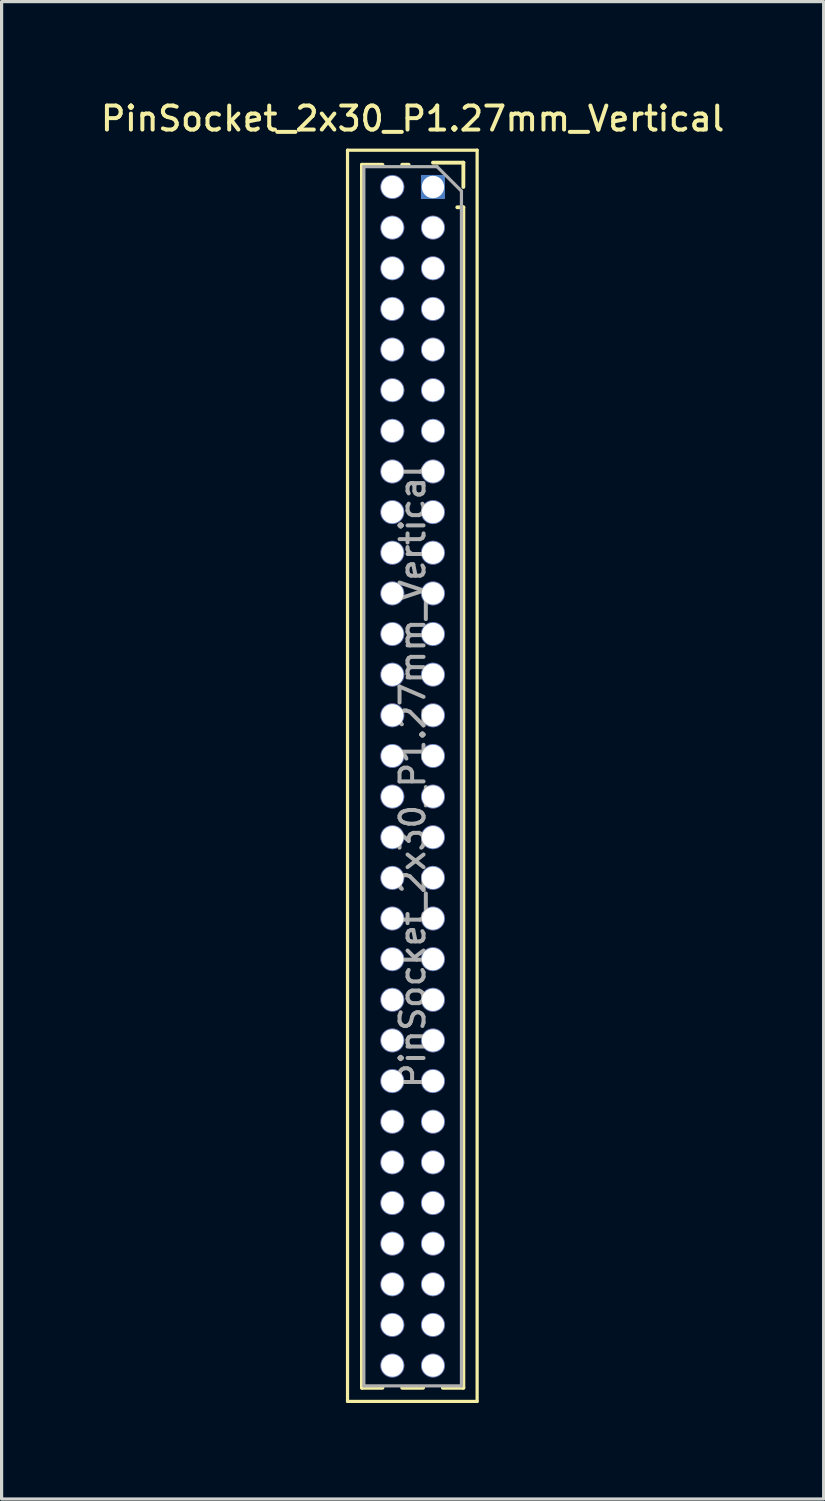
<source format=kicad_pcb>
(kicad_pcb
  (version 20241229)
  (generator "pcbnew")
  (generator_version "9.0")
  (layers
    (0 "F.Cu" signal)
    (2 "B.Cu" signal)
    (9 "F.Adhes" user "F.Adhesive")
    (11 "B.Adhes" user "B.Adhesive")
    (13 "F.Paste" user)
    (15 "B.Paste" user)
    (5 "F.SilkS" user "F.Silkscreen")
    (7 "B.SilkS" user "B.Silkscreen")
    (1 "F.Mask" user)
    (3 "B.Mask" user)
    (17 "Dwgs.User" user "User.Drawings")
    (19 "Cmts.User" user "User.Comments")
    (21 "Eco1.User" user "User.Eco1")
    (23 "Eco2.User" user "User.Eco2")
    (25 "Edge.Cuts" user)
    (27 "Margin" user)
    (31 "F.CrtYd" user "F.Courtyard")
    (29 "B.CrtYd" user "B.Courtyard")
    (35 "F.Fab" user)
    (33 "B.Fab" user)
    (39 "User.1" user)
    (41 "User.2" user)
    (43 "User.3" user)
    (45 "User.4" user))
  (footprint "PinSocket_2x30_P1.27mm_Vertical"
    (layer "F.Cu")
    (at 10.48 2.793)
    (property "Reference" "PinSocket_2x30_P1.27mm_Vertical" (at -0.635 -2.135 0) (layer "F.SilkS") (effects (font (size 0.75 0.75) (thickness 0.125))))
    (attr through_hole)
    (fp_line (start -2.67 -1.15) (end 1.38 -1.15) (stroke (width 0.1) (type solid)) (layer "F.SilkS"))
    (fp_line (start -2.67 37.95) (end -2.67 -1.15) (stroke (width 0.1) (type solid)) (layer "F.SilkS"))
    (fp_line (start -2.22 -0.695) (end -2.22 37.525) (stroke (width 0.12) (type solid)) (layer "F.SilkS"))
    (fp_line (start -2.22 -0.695) (end -1.578 -0.695) (stroke (width 0.12) (type solid)) (layer "F.SilkS"))
    (fp_line (start -2.22 37.525) (end -1.578 37.525) (stroke (width 0.12) (type solid)) (layer "F.SilkS"))
    (fp_line (start -0.962 -0.695) (end -0.76 -0.695) (stroke (width 0.12) (type solid)) (layer "F.SilkS"))
    (fp_line (start -0.962 37.525) (end -0.308 37.525) (stroke (width 0.12) (type solid)) (layer "F.SilkS"))
    (fp_line (start 0 -0.76) (end 0.95 -0.76) (stroke (width 0.12) (type solid)) (layer "F.SilkS"))
    (fp_line (start 0.308 37.525) (end 0.95 37.525) (stroke (width 0.12) (type solid)) (layer "F.SilkS"))
    (fp_line (start 0.76 0.635) (end 0.95 0.635) (stroke (width 0.12) (type solid)) (layer "F.SilkS"))
    (fp_line (start 0.95 -0.76) (end 0.95 0) (stroke (width 0.12) (type solid)) (layer "F.SilkS"))
    (fp_line (start 0.95 0.635) (end 0.95 37.525) (stroke (width 0.12) (type solid)) (layer "F.SilkS"))
    (fp_line (start 1.38 -1.15) (end 1.38 37.95) (stroke (width 0.1) (type solid)) (layer "F.SilkS"))
    (fp_line (start 1.38 37.95) (end -2.67 37.95) (stroke (width 0.1) (type solid)) (layer "F.SilkS"))
    (fp_line (start -2.16 -0.635) (end 0.128 -0.635) (stroke (width 0.1) (type solid)) (layer "F.Fab"))
    (fp_line (start -2.16 37.465) (end -2.16 -0.635) (stroke (width 0.1) (type solid)) (layer "F.Fab"))
    (fp_line (start 0.128 -0.635) (end 0.89 0.128) (stroke (width 0.1) (type solid)) (layer "F.Fab"))
    (fp_line (start 0.89 0.128) (end 0.89 37.465) (stroke (width 0.1) (type solid)) (layer "F.Fab"))
    (fp_line (start 0.89 37.465) (end -2.16 37.465) (stroke (width 0.1) (type solid)) (layer "F.Fab"))
    (fp_text user "${REFERENCE}" (at -0.635 18.415 90) (layer "F.Fab") (effects (font (size 0.75 0.75) (thickness 0.125))))
    (pad "1" thru_hole rect (at 0 0) (size 0.75 0.75) (drill 0.7) (layers "*.Cu" "*.Mask"))
    (pad "2" thru_hole oval (at -1.27 0) (size 0.75 0.75) (drill 0.7) (layers "*.Cu" "*.Mask"))
    (pad "3" thru_hole oval (at 0 1.27) (size 0.75 0.75) (drill 0.7) (layers "*.Cu" "*.Mask"))
    (pad "4" thru_hole oval (at -1.27 1.27) (size 0.75 0.75) (drill 0.7) (layers "*.Cu" "*.Mask"))
    (pad "5" thru_hole oval (at 0 2.54) (size 0.75 0.75) (drill 0.7) (layers "*.Cu" "*.Mask"))
    (pad "6" thru_hole oval (at -1.27 2.54) (size 0.75 0.75) (drill 0.7) (layers "*.Cu" "*.Mask"))
    (pad "7" thru_hole oval (at 0 3.81) (size 0.75 0.75) (drill 0.7) (layers "*.Cu" "*.Mask"))
    (pad "8" thru_hole oval (at -1.27 3.81) (size 0.75 0.75) (drill 0.7) (layers "*.Cu" "*.Mask"))
    (pad "9" thru_hole oval (at 0 5.08) (size 0.75 0.75) (drill 0.7) (layers "*.Cu" "*.Mask"))
    (pad "10" thru_hole oval (at -1.27 5.08) (size 0.75 0.75) (drill 0.7) (layers "*.Cu" "*.Mask"))
    (pad "11" thru_hole oval (at 0 6.35) (size 0.75 0.75) (drill 0.7) (layers "*.Cu" "*.Mask"))
    (pad "12" thru_hole oval (at -1.27 6.35) (size 0.75 0.75) (drill 0.7) (layers "*.Cu" "*.Mask"))
    (pad "13" thru_hole oval (at 0 7.62) (size 0.75 0.75) (drill 0.7) (layers "*.Cu" "*.Mask"))
    (pad "14" thru_hole oval (at -1.27 7.62) (size 0.75 0.75) (drill 0.7) (layers "*.Cu" "*.Mask"))
    (pad "15" thru_hole oval (at 0 8.89) (size 0.75 0.75) (drill 0.7) (layers "*.Cu" "*.Mask"))
    (pad "16" thru_hole oval (at -1.27 8.89) (size 0.75 0.75) (drill 0.7) (layers "*.Cu" "*.Mask"))
    (pad "17" thru_hole oval (at 0 10.16) (size 0.75 0.75) (drill 0.7) (layers "*.Cu" "*.Mask"))
    (pad "18" thru_hole oval (at -1.27 10.16) (size 0.75 0.75) (drill 0.7) (layers "*.Cu" "*.Mask"))
    (pad "19" thru_hole oval (at 0 11.43) (size 0.75 0.75) (drill 0.7) (layers "*.Cu" "*.Mask"))
    (pad "20" thru_hole oval (at -1.27 11.43) (size 0.75 0.75) (drill 0.7) (layers "*.Cu" "*.Mask"))
    (pad "21" thru_hole oval (at 0 12.7) (size 0.75 0.75) (drill 0.7) (layers "*.Cu" "*.Mask"))
    (pad "22" thru_hole oval (at -1.27 12.7) (size 0.75 0.75) (drill 0.7) (layers "*.Cu" "*.Mask"))
    (pad "23" thru_hole oval (at 0 13.97) (size 0.75 0.75) (drill 0.7) (layers "*.Cu" "*.Mask"))
    (pad "24" thru_hole oval (at -1.27 13.97) (size 0.75 0.75) (drill 0.7) (layers "*.Cu" "*.Mask"))
    (pad "25" thru_hole oval (at 0 15.24) (size 0.75 0.75) (drill 0.7) (layers "*.Cu" "*.Mask"))
    (pad "26" thru_hole oval (at -1.27 15.24) (size 0.75 0.75) (drill 0.7) (layers "*.Cu" "*.Mask"))
    (pad "27" thru_hole oval (at 0 16.51) (size 0.75 0.75) (drill 0.7) (layers "*.Cu" "*.Mask"))
    (pad "28" thru_hole oval (at -1.27 16.51) (size 0.75 0.75) (drill 0.7) (layers "*.Cu" "*.Mask"))
    (pad "29" thru_hole oval (at 0 17.78) (size 0.75 0.75) (drill 0.7) (layers "*.Cu" "*.Mask"))
    (pad "30" thru_hole oval (at -1.27 17.78) (size 0.75 0.75) (drill 0.7) (layers "*.Cu" "*.Mask"))
    (pad "31" thru_hole oval (at 0 19.05) (size 0.75 0.75) (drill 0.7) (layers "*.Cu" "*.Mask"))
    (pad "32" thru_hole oval (at -1.27 19.05) (size 0.75 0.75) (drill 0.7) (layers "*.Cu" "*.Mask"))
    (pad "33" thru_hole oval (at 0 20.32) (size 0.75 0.75) (drill 0.7) (layers "*.Cu" "*.Mask"))
    (pad "34" thru_hole oval (at -1.27 20.32) (size 0.75 0.75) (drill 0.7) (layers "*.Cu" "*.Mask"))
    (pad "35" thru_hole oval (at 0 21.59) (size 0.75 0.75) (drill 0.7) (layers "*.Cu" "*.Mask"))
    (pad "36" thru_hole oval (at -1.27 21.59) (size 0.75 0.75) (drill 0.7) (layers "*.Cu" "*.Mask"))
    (pad "37" thru_hole oval (at 0 22.86) (size 0.75 0.75) (drill 0.7) (layers "*.Cu" "*.Mask"))
    (pad "38" thru_hole oval (at -1.27 22.86) (size 0.75 0.75) (drill 0.7) (layers "*.Cu" "*.Mask"))
    (pad "39" thru_hole oval (at 0 24.13) (size 0.75 0.75) (drill 0.7) (layers "*.Cu" "*.Mask"))
    (pad "40" thru_hole oval (at -1.27 24.13) (size 0.75 0.75) (drill 0.7) (layers "*.Cu" "*.Mask"))
    (pad "41" thru_hole oval (at 0 25.4) (size 0.75 0.75) (drill 0.7) (layers "*.Cu" "*.Mask"))
    (pad "42" thru_hole oval (at -1.27 25.4) (size 0.75 0.75) (drill 0.7) (layers "*.Cu" "*.Mask"))
    (pad "43" thru_hole oval (at 0 26.67) (size 0.75 0.75) (drill 0.7) (layers "*.Cu" "*.Mask"))
    (pad "44" thru_hole oval (at -1.27 26.67) (size 0.75 0.75) (drill 0.7) (layers "*.Cu" "*.Mask"))
    (pad "45" thru_hole oval (at 0 27.94) (size 0.75 0.75) (drill 0.7) (layers "*.Cu" "*.Mask"))
    (pad "46" thru_hole oval (at -1.27 27.94) (size 0.75 0.75) (drill 0.7) (layers "*.Cu" "*.Mask"))
    (pad "47" thru_hole oval (at 0 29.21) (size 0.75 0.75) (drill 0.7) (layers "*.Cu" "*.Mask"))
    (pad "48" thru_hole oval (at -1.27 29.21) (size 0.75 0.75) (drill 0.7) (layers "*.Cu" "*.Mask"))
    (pad "49" thru_hole oval (at 0 30.48) (size 0.75 0.75) (drill 0.7) (layers "*.Cu" "*.Mask"))
    (pad "50" thru_hole oval (at -1.27 30.48) (size 0.75 0.75) (drill 0.7) (layers "*.Cu" "*.Mask"))
    (pad "51" thru_hole oval (at 0 31.75) (size 0.75 0.75) (drill 0.7) (layers "*.Cu" "*.Mask"))
    (pad "52" thru_hole oval (at -1.27 31.75) (size 0.75 0.75) (drill 0.7) (layers "*.Cu" "*.Mask"))
    (pad "53" thru_hole oval (at 0 33.02) (size 0.75 0.75) (drill 0.7) (layers "*.Cu" "*.Mask"))
    (pad "54" thru_hole oval (at -1.27 33.02) (size 0.75 0.75) (drill 0.7) (layers "*.Cu" "*.Mask"))
    (pad "55" thru_hole oval (at 0 34.29) (size 0.75 0.75) (drill 0.7) (layers "*.Cu" "*.Mask"))
    (pad "56" thru_hole oval (at -1.27 34.29) (size 0.75 0.75) (drill 0.7) (layers "*.Cu" "*.Mask"))
    (pad "57" thru_hole oval (at 0 35.56) (size 0.75 0.75) (drill 0.7) (layers "*.Cu" "*.Mask"))
    (pad "58" thru_hole oval (at -1.27 35.56) (size 0.75 0.75) (drill 0.7) (layers "*.Cu" "*.Mask"))
    (pad "59" thru_hole oval (at 0 36.83) (size 0.75 0.75) (drill 0.7) (layers "*.Cu" "*.Mask"))
    (pad "60" thru_hole oval (at -1.27 36.83) (size 0.75 0.75) (drill 0.7) (layers "*.Cu" "*.Mask")))
  (gr_rect
    (start -3 -3)
    (end 22.689 43.793)
    (stroke (width 0.1) (type default))
    (fill no)
    (layer "Edge.Cuts")))
</source>
